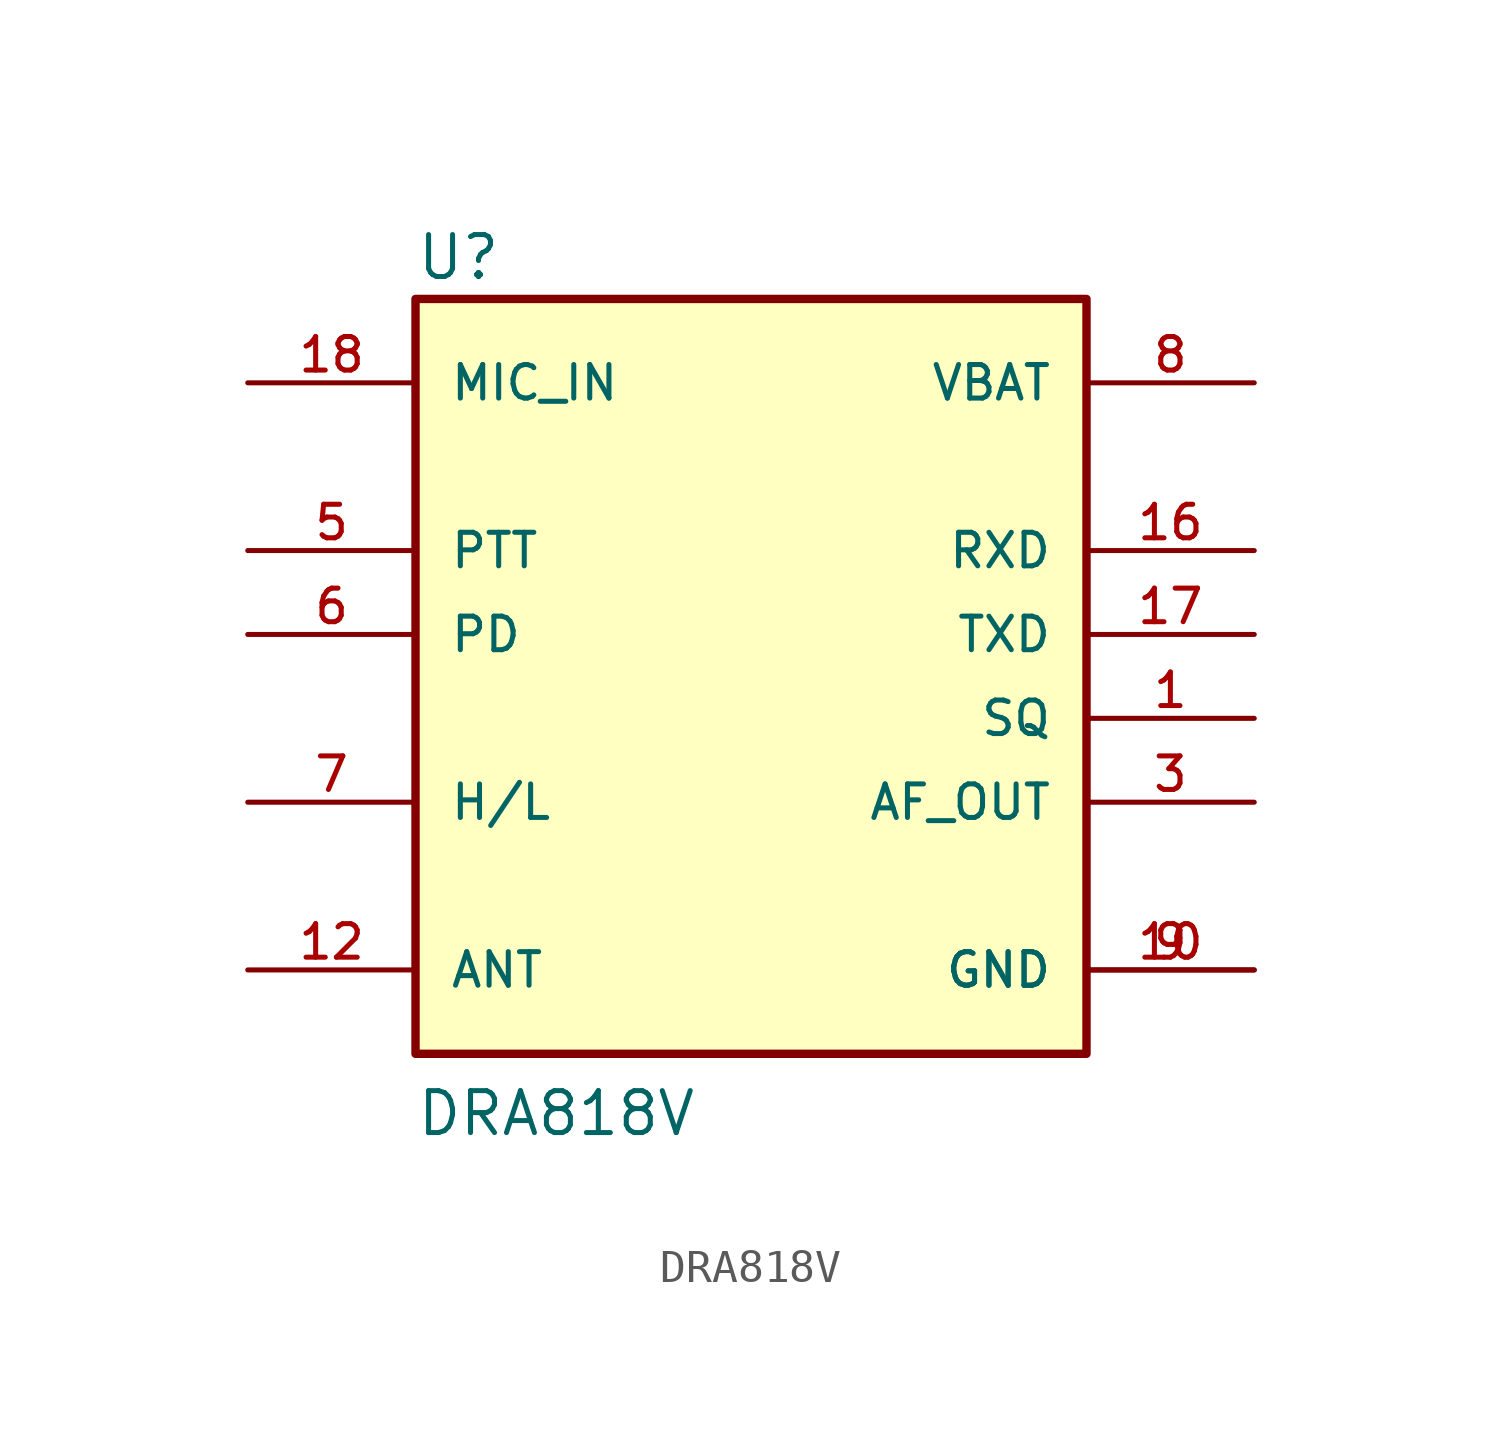
<source format=kicad_sym>
(kicad_symbol_lib
  (version 20220914)
  (generator kicad_symbol_editor)
  (symbol "DRA818V"
    (pin_names
      (offset 1.016))
    (property "Reference" "U"
      (at -10.166 13.216 0)
      (effects (font (size 1.27 1.27)) (justify left bottom)))
    (property "Value" "DRA818V"
      (at -10.166 -12.708 0)
      (effects (font (size 1.27 1.27)) (justify left bottom)))
    (symbol "DRA818V_0_0"
      (rectangle (start -10.16 -10.16) (end 10.16 12.7) (stroke (width 0.254) (type default)) (fill (type background)))
      (pin output line (at 15.24 0 180) (length 5.08) (name "SQ" (effects (font (size 1.016 1.016)))) (number "1" (effects (font (size 1.016 1.016)))))
      (pin power_in line (at 15.24 -7.62 180) (length 5.08) (name "GND" (effects (font (size 1.016 1.016)))) (number "10" (effects (font (size 1.016 1.016)))))
      (pin passive line (at -15.24 -7.62 0) (length 5.08) (name "ANT" (effects (font (size 1.016 1.016)))) (number "12" (effects (font (size 1.016 1.016)))))
      (pin input line (at 15.24 5.08 180) (length 5.08) (name "RXD" (effects (font (size 1.016 1.016)))) (number "16" (effects (font (size 1.016 1.016)))))
      (pin output line (at 15.24 2.54 180) (length 5.08) (name "TXD" (effects (font (size 1.016 1.016)))) (number "17" (effects (font (size 1.016 1.016)))))
      (pin input line (at -15.24 10.16 0) (length 5.08) (name "MIC_IN" (effects (font (size 1.016 1.016)))) (number "18" (effects (font (size 1.016 1.016)))))
      (pin output line (at 15.24 -2.54 180) (length 5.08) (name "AF_OUT" (effects (font (size 1.016 1.016)))) (number "3" (effects (font (size 1.016 1.016)))))
      (pin input line (at -15.24 5.08 0) (length 5.08) (name "PTT" (effects (font (size 1.016 1.016)))) (number "5" (effects (font (size 1.016 1.016)))))
      (pin input line (at -15.24 2.54 0) (length 5.08) (name "PD" (effects (font (size 1.016 1.016)))) (number "6" (effects (font (size 1.016 1.016)))))
      (pin input line (at -15.24 -2.54 0) (length 5.08) (name "H/L" (effects (font (size 1.016 1.016)))) (number "7" (effects (font (size 1.016 1.016)))))
      (pin power_in line (at 15.24 10.16 180) (length 5.08) (name "VBAT" (effects (font (size 1.016 1.016)))) (number "8" (effects (font (size 1.016 1.016)))))
      (pin power_in line (at 15.24 -7.62 180) (length 5.08) (name "GND" (effects (font (size 1.016 1.016)))) (number "9" (effects (font (size 1.016 1.016))))))))
</source>
